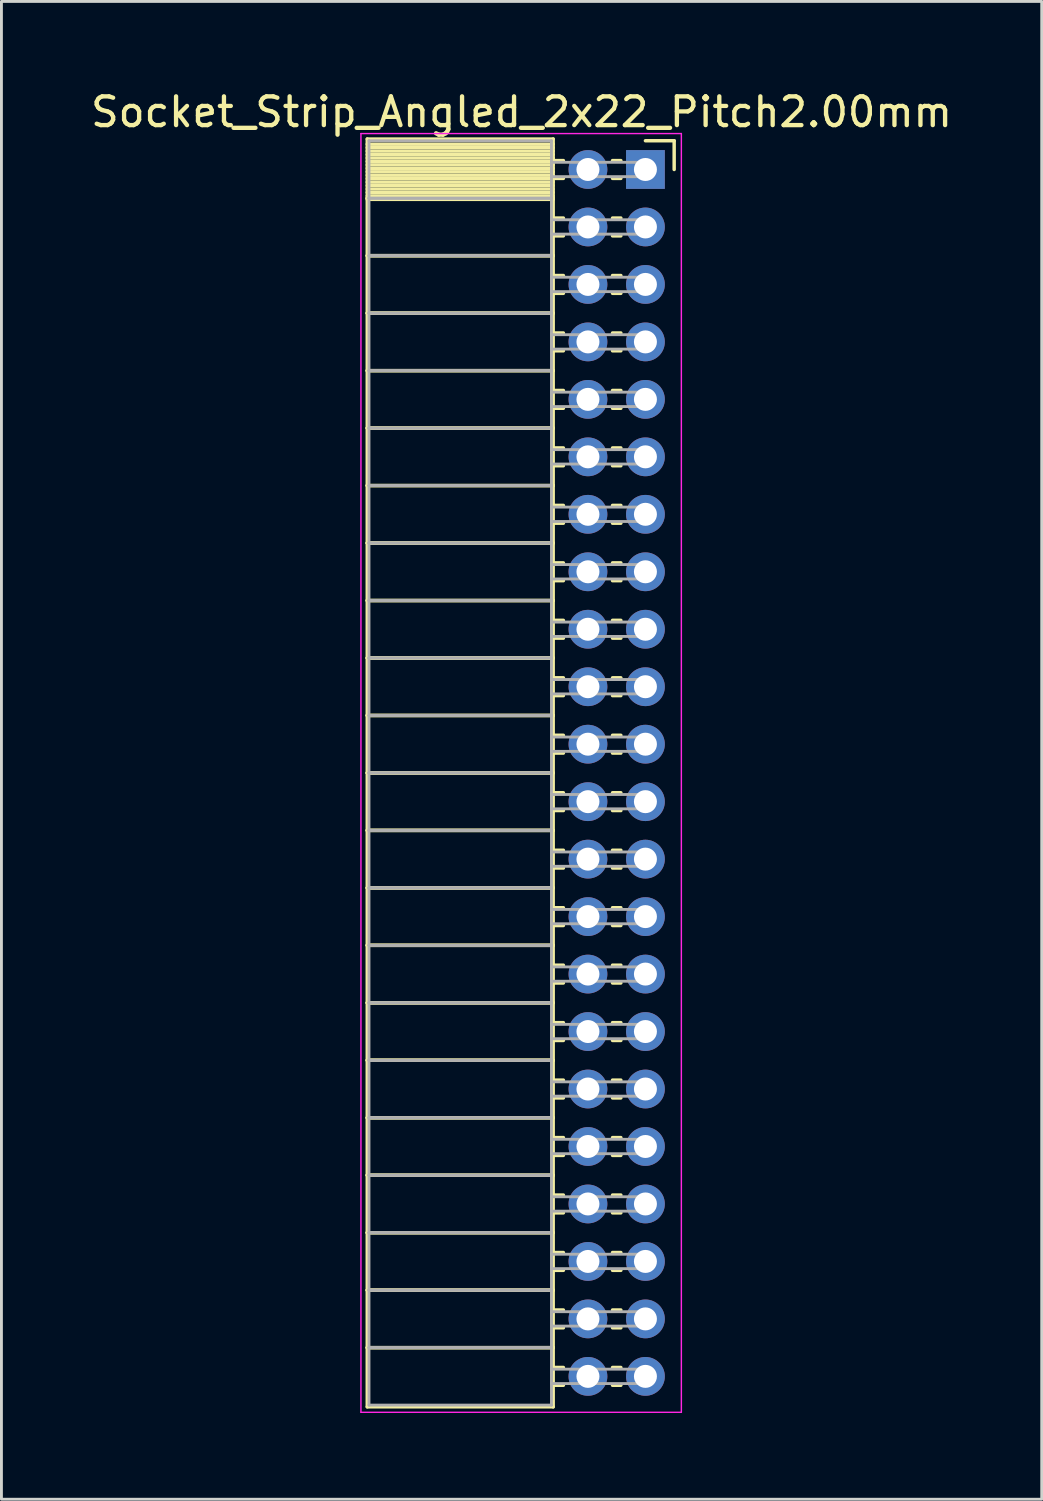
<source format=kicad_pcb>
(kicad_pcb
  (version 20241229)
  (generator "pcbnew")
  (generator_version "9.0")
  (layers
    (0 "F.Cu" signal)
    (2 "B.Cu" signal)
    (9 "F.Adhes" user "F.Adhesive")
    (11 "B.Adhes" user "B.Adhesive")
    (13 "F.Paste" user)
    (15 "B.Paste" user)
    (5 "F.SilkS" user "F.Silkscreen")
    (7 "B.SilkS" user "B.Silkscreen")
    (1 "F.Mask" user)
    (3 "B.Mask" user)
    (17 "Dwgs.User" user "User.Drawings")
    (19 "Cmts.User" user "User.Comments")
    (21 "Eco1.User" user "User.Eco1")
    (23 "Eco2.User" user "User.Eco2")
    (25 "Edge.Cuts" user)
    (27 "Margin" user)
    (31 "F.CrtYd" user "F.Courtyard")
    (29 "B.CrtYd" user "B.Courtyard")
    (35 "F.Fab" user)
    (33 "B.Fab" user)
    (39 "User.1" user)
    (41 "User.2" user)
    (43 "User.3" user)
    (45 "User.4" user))
  (footprint "Socket_Strip_Angled_2x22_Pitch2.00mm"
    (layer "F.Cu")
    (at 19.411 2.848)
    (property "Reference" "Socket_Strip_Angled_2x22_Pitch2.00mm" (at -4.31 -2 0) (layer "F.SilkS") (effects (font (size 1 1) (thickness 0.15))))
    (attr through_hole)
    (fp_line (start -9.68 -1.06) (end -3.21 -1.06) (stroke (width 0.12) (type solid)) (layer "F.SilkS"))
    (fp_line (start -9.68 1) (end -9.68 -1.06) (stroke (width 0.12) (type solid)) (layer "F.SilkS"))
    (fp_line (start -9.68 1) (end -3.21 1) (stroke (width 0.12) (type solid)) (layer "F.SilkS"))
    (fp_line (start -9.68 3) (end -9.68 1) (stroke (width 0.12) (type solid)) (layer "F.SilkS"))
    (fp_line (start -9.68 3) (end -3.21 3) (stroke (width 0.12) (type solid)) (layer "F.SilkS"))
    (fp_line (start -9.68 5) (end -9.68 3) (stroke (width 0.12) (type solid)) (layer "F.SilkS"))
    (fp_line (start -9.68 5) (end -3.21 5) (stroke (width 0.12) (type solid)) (layer "F.SilkS"))
    (fp_line (start -9.68 7) (end -9.68 5) (stroke (width 0.12) (type solid)) (layer "F.SilkS"))
    (fp_line (start -9.68 7) (end -3.21 7) (stroke (width 0.12) (type solid)) (layer "F.SilkS"))
    (fp_line (start -9.68 9) (end -9.68 7) (stroke (width 0.12) (type solid)) (layer "F.SilkS"))
    (fp_line (start -9.68 9) (end -3.21 9) (stroke (width 0.12) (type solid)) (layer "F.SilkS"))
    (fp_line (start -9.68 11) (end -9.68 9) (stroke (width 0.12) (type solid)) (layer "F.SilkS"))
    (fp_line (start -9.68 11) (end -3.21 11) (stroke (width 0.12) (type solid)) (layer "F.SilkS"))
    (fp_line (start -9.68 13) (end -9.68 11) (stroke (width 0.12) (type solid)) (layer "F.SilkS"))
    (fp_line (start -9.68 13) (end -3.21 13) (stroke (width 0.12) (type solid)) (layer "F.SilkS"))
    (fp_line (start -9.68 15) (end -9.68 13) (stroke (width 0.12) (type solid)) (layer "F.SilkS"))
    (fp_line (start -9.68 15) (end -3.21 15) (stroke (width 0.12) (type solid)) (layer "F.SilkS"))
    (fp_line (start -9.68 17) (end -9.68 15) (stroke (width 0.12) (type solid)) (layer "F.SilkS"))
    (fp_line (start -9.68 17) (end -3.21 17) (stroke (width 0.12) (type solid)) (layer "F.SilkS"))
    (fp_line (start -9.68 19) (end -9.68 17) (stroke (width 0.12) (type solid)) (layer "F.SilkS"))
    (fp_line (start -9.68 19) (end -3.21 19) (stroke (width 0.12) (type solid)) (layer "F.SilkS"))
    (fp_line (start -9.68 21) (end -9.68 19) (stroke (width 0.12) (type solid)) (layer "F.SilkS"))
    (fp_line (start -9.68 21) (end -3.21 21) (stroke (width 0.12) (type solid)) (layer "F.SilkS"))
    (fp_line (start -9.68 23) (end -9.68 21) (stroke (width 0.12) (type solid)) (layer "F.SilkS"))
    (fp_line (start -9.68 23) (end -3.21 23) (stroke (width 0.12) (type solid)) (layer "F.SilkS"))
    (fp_line (start -9.68 25) (end -9.68 23) (stroke (width 0.12) (type solid)) (layer "F.SilkS"))
    (fp_line (start -9.68 25) (end -3.21 25) (stroke (width 0.12) (type solid)) (layer "F.SilkS"))
    (fp_line (start -9.68 27) (end -9.68 25) (stroke (width 0.12) (type solid)) (layer "F.SilkS"))
    (fp_line (start -9.68 27) (end -3.21 27) (stroke (width 0.12) (type solid)) (layer "F.SilkS"))
    (fp_line (start -9.68 29) (end -9.68 27) (stroke (width 0.12) (type solid)) (layer "F.SilkS"))
    (fp_line (start -9.68 29) (end -3.21 29) (stroke (width 0.12) (type solid)) (layer "F.SilkS"))
    (fp_line (start -9.68 31) (end -9.68 29) (stroke (width 0.12) (type solid)) (layer "F.SilkS"))
    (fp_line (start -9.68 31) (end -3.21 31) (stroke (width 0.12) (type solid)) (layer "F.SilkS"))
    (fp_line (start -9.68 33) (end -9.68 31) (stroke (width 0.12) (type solid)) (layer "F.SilkS"))
    (fp_line (start -9.68 33) (end -3.21 33) (stroke (width 0.12) (type solid)) (layer "F.SilkS"))
    (fp_line (start -9.68 35) (end -9.68 33) (stroke (width 0.12) (type solid)) (layer "F.SilkS"))
    (fp_line (start -9.68 35) (end -3.21 35) (stroke (width 0.12) (type solid)) (layer "F.SilkS"))
    (fp_line (start -9.68 37) (end -9.68 35) (stroke (width 0.12) (type solid)) (layer "F.SilkS"))
    (fp_line (start -9.68 37) (end -3.21 37) (stroke (width 0.12) (type solid)) (layer "F.SilkS"))
    (fp_line (start -9.68 39) (end -9.68 37) (stroke (width 0.12) (type solid)) (layer "F.SilkS"))
    (fp_line (start -9.68 39) (end -3.21 39) (stroke (width 0.12) (type solid)) (layer "F.SilkS"))
    (fp_line (start -9.68 41) (end -9.68 39) (stroke (width 0.12) (type solid)) (layer "F.SilkS"))
    (fp_line (start -9.68 41) (end -3.21 41) (stroke (width 0.12) (type solid)) (layer "F.SilkS"))
    (fp_line (start -9.68 43.06) (end -9.68 41) (stroke (width 0.12) (type solid)) (layer "F.SilkS"))
    (fp_line (start -3.21 -1.06) (end -3.21 1) (stroke (width 0.12) (type solid)) (layer "F.SilkS"))
    (fp_line (start -3.21 -0.88) (end -9.68 -0.88) (stroke (width 0.12) (type solid)) (layer "F.SilkS"))
    (fp_line (start -3.21 -0.76) (end -9.68 -0.76) (stroke (width 0.12) (type solid)) (layer "F.SilkS"))
    (fp_line (start -3.21 -0.64) (end -9.68 -0.64) (stroke (width 0.12) (type solid)) (layer "F.SilkS"))
    (fp_line (start -3.21 -0.52) (end -9.68 -0.52) (stroke (width 0.12) (type solid)) (layer "F.SilkS"))
    (fp_line (start -3.21 -0.4) (end -9.68 -0.4) (stroke (width 0.12) (type solid)) (layer "F.SilkS"))
    (fp_line (start -3.21 -0.28) (end -9.68 -0.28) (stroke (width 0.12) (type solid)) (layer "F.SilkS"))
    (fp_line (start -3.21 -0.16) (end -9.68 -0.16) (stroke (width 0.12) (type solid)) (layer "F.SilkS"))
    (fp_line (start -3.21 -0.04) (end -9.68 -0.04) (stroke (width 0.12) (type solid)) (layer "F.SilkS"))
    (fp_line (start -3.21 0.08) (end -9.68 0.08) (stroke (width 0.12) (type solid)) (layer "F.SilkS"))
    (fp_line (start -3.21 0.2) (end -9.68 0.2) (stroke (width 0.12) (type solid)) (layer "F.SilkS"))
    (fp_line (start -3.21 0.32) (end -9.68 0.32) (stroke (width 0.12) (type solid)) (layer "F.SilkS"))
    (fp_line (start -3.21 0.44) (end -9.68 0.44) (stroke (width 0.12) (type solid)) (layer "F.SilkS"))
    (fp_line (start -3.21 0.56) (end -9.68 0.56) (stroke (width 0.12) (type solid)) (layer "F.SilkS"))
    (fp_line (start -3.21 0.68) (end -9.68 0.68) (stroke (width 0.12) (type solid)) (layer "F.SilkS"))
    (fp_line (start -3.21 0.8) (end -9.68 0.8) (stroke (width 0.12) (type solid)) (layer "F.SilkS"))
    (fp_line (start -3.21 0.92) (end -9.68 0.92) (stroke (width 0.12) (type solid)) (layer "F.SilkS"))
    (fp_line (start -3.21 1) (end -9.68 1) (stroke (width 0.12) (type solid)) (layer "F.SilkS"))
    (fp_line (start -3.21 1) (end -3.21 3) (stroke (width 0.12) (type solid)) (layer "F.SilkS"))
    (fp_line (start -3.21 1.04) (end -9.68 1.04) (stroke (width 0.12) (type solid)) (layer "F.SilkS"))
    (fp_line (start -3.21 3) (end -9.68 3) (stroke (width 0.12) (type solid)) (layer "F.SilkS"))
    (fp_line (start -3.21 3) (end -3.21 5) (stroke (width 0.12) (type solid)) (layer "F.SilkS"))
    (fp_line (start -3.21 5) (end -9.68 5) (stroke (width 0.12) (type solid)) (layer "F.SilkS"))
    (fp_line (start -3.21 5) (end -3.21 7) (stroke (width 0.12) (type solid)) (layer "F.SilkS"))
    (fp_line (start -3.21 7) (end -9.68 7) (stroke (width 0.12) (type solid)) (layer "F.SilkS"))
    (fp_line (start -3.21 7) (end -3.21 9) (stroke (width 0.12) (type solid)) (layer "F.SilkS"))
    (fp_line (start -3.21 9) (end -9.68 9) (stroke (width 0.12) (type solid)) (layer "F.SilkS"))
    (fp_line (start -3.21 9) (end -3.21 11) (stroke (width 0.12) (type solid)) (layer "F.SilkS"))
    (fp_line (start -3.21 11) (end -9.68 11) (stroke (width 0.12) (type solid)) (layer "F.SilkS"))
    (fp_line (start -3.21 11) (end -3.21 13) (stroke (width 0.12) (type solid)) (layer "F.SilkS"))
    (fp_line (start -3.21 13) (end -9.68 13) (stroke (width 0.12) (type solid)) (layer "F.SilkS"))
    (fp_line (start -3.21 13) (end -3.21 15) (stroke (width 0.12) (type solid)) (layer "F.SilkS"))
    (fp_line (start -3.21 15) (end -9.68 15) (stroke (width 0.12) (type solid)) (layer "F.SilkS"))
    (fp_line (start -3.21 15) (end -3.21 17) (stroke (width 0.12) (type solid)) (layer "F.SilkS"))
    (fp_line (start -3.21 17) (end -9.68 17) (stroke (width 0.12) (type solid)) (layer "F.SilkS"))
    (fp_line (start -3.21 17) (end -3.21 19) (stroke (width 0.12) (type solid)) (layer "F.SilkS"))
    (fp_line (start -3.21 19) (end -9.68 19) (stroke (width 0.12) (type solid)) (layer "F.SilkS"))
    (fp_line (start -3.21 19) (end -3.21 21) (stroke (width 0.12) (type solid)) (layer "F.SilkS"))
    (fp_line (start -3.21 21) (end -9.68 21) (stroke (width 0.12) (type solid)) (layer "F.SilkS"))
    (fp_line (start -3.21 21) (end -3.21 23) (stroke (width 0.12) (type solid)) (layer "F.SilkS"))
    (fp_line (start -3.21 23) (end -9.68 23) (stroke (width 0.12) (type solid)) (layer "F.SilkS"))
    (fp_line (start -3.21 23) (end -3.21 25) (stroke (width 0.12) (type solid)) (layer "F.SilkS"))
    (fp_line (start -3.21 25) (end -9.68 25) (stroke (width 0.12) (type solid)) (layer "F.SilkS"))
    (fp_line (start -3.21 25) (end -3.21 27) (stroke (width 0.12) (type solid)) (layer "F.SilkS"))
    (fp_line (start -3.21 27) (end -9.68 27) (stroke (width 0.12) (type solid)) (layer "F.SilkS"))
    (fp_line (start -3.21 27) (end -3.21 29) (stroke (width 0.12) (type solid)) (layer "F.SilkS"))
    (fp_line (start -3.21 29) (end -9.68 29) (stroke (width 0.12) (type solid)) (layer "F.SilkS"))
    (fp_line (start -3.21 29) (end -3.21 31) (stroke (width 0.12) (type solid)) (layer "F.SilkS"))
    (fp_line (start -3.21 31) (end -9.68 31) (stroke (width 0.12) (type solid)) (layer "F.SilkS"))
    (fp_line (start -3.21 31) (end -3.21 33) (stroke (width 0.12) (type solid)) (layer "F.SilkS"))
    (fp_line (start -3.21 33) (end -9.68 33) (stroke (width 0.12) (type solid)) (layer "F.SilkS"))
    (fp_line (start -3.21 33) (end -3.21 35) (stroke (width 0.12) (type solid)) (layer "F.SilkS"))
    (fp_line (start -3.21 35) (end -9.68 35) (stroke (width 0.12) (type solid)) (layer "F.SilkS"))
    (fp_line (start -3.21 35) (end -3.21 37) (stroke (width 0.12) (type solid)) (layer "F.SilkS"))
    (fp_line (start -3.21 37) (end -9.68 37) (stroke (width 0.12) (type solid)) (layer "F.SilkS"))
    (fp_line (start -3.21 37) (end -3.21 39) (stroke (width 0.12) (type solid)) (layer "F.SilkS"))
    (fp_line (start -3.21 39) (end -9.68 39) (stroke (width 0.12) (type solid)) (layer "F.SilkS"))
    (fp_line (start -3.21 39) (end -3.21 41) (stroke (width 0.12) (type solid)) (layer "F.SilkS"))
    (fp_line (start -3.21 41) (end -9.68 41) (stroke (width 0.12) (type solid)) (layer "F.SilkS"))
    (fp_line (start -3.21 41) (end -3.21 43.06) (stroke (width 0.12) (type solid)) (layer "F.SilkS"))
    (fp_line (start -3.21 43.06) (end -9.68 43.06) (stroke (width 0.12) (type solid)) (layer "F.SilkS"))
    (fp_line (start -2.855 -0.31) (end -3.21 -0.31) (stroke (width 0.12) (type solid)) (layer "F.SilkS"))
    (fp_line (start -2.855 0.31) (end -3.21 0.31) (stroke (width 0.12) (type solid)) (layer "F.SilkS"))
    (fp_line (start -2.855 1.69) (end -3.21 1.69) (stroke (width 0.12) (type solid)) (layer "F.SilkS"))
    (fp_line (start -2.855 2.31) (end -3.21 2.31) (stroke (width 0.12) (type solid)) (layer "F.SilkS"))
    (fp_line (start -2.855 3.69) (end -3.21 3.69) (stroke (width 0.12) (type solid)) (layer "F.SilkS"))
    (fp_line (start -2.855 4.31) (end -3.21 4.31) (stroke (width 0.12) (type solid)) (layer "F.SilkS"))
    (fp_line (start -2.855 5.69) (end -3.21 5.69) (stroke (width 0.12) (type solid)) (layer "F.SilkS"))
    (fp_line (start -2.855 6.31) (end -3.21 6.31) (stroke (width 0.12) (type solid)) (layer "F.SilkS"))
    (fp_line (start -2.855 7.69) (end -3.21 7.69) (stroke (width 0.12) (type solid)) (layer "F.SilkS"))
    (fp_line (start -2.855 8.31) (end -3.21 8.31) (stroke (width 0.12) (type solid)) (layer "F.SilkS"))
    (fp_line (start -2.855 9.69) (end -3.21 9.69) (stroke (width 0.12) (type solid)) (layer "F.SilkS"))
    (fp_line (start -2.855 10.31) (end -3.21 10.31) (stroke (width 0.12) (type solid)) (layer "F.SilkS"))
    (fp_line (start -2.855 11.69) (end -3.21 11.69) (stroke (width 0.12) (type solid)) (layer "F.SilkS"))
    (fp_line (start -2.855 12.31) (end -3.21 12.31) (stroke (width 0.12) (type solid)) (layer "F.SilkS"))
    (fp_line (start -2.855 13.69) (end -3.21 13.69) (stroke (width 0.12) (type solid)) (layer "F.SilkS"))
    (fp_line (start -2.855 14.31) (end -3.21 14.31) (stroke (width 0.12) (type solid)) (layer "F.SilkS"))
    (fp_line (start -2.855 15.69) (end -3.21 15.69) (stroke (width 0.12) (type solid)) (layer "F.SilkS"))
    (fp_line (start -2.855 16.31) (end -3.21 16.31) (stroke (width 0.12) (type solid)) (layer "F.SilkS"))
    (fp_line (start -2.855 17.69) (end -3.21 17.69) (stroke (width 0.12) (type solid)) (layer "F.SilkS"))
    (fp_line (start -2.855 18.31) (end -3.21 18.31) (stroke (width 0.12) (type solid)) (layer "F.SilkS"))
    (fp_line (start -2.855 19.69) (end -3.21 19.69) (stroke (width 0.12) (type solid)) (layer "F.SilkS"))
    (fp_line (start -2.855 20.31) (end -3.21 20.31) (stroke (width 0.12) (type solid)) (layer "F.SilkS"))
    (fp_line (start -2.855 21.69) (end -3.21 21.69) (stroke (width 0.12) (type solid)) (layer "F.SilkS"))
    (fp_line (start -2.855 22.31) (end -3.21 22.31) (stroke (width 0.12) (type solid)) (layer "F.SilkS"))
    (fp_line (start -2.855 23.69) (end -3.21 23.69) (stroke (width 0.12) (type solid)) (layer "F.SilkS"))
    (fp_line (start -2.855 24.31) (end -3.21 24.31) (stroke (width 0.12) (type solid)) (layer "F.SilkS"))
    (fp_line (start -2.855 25.69) (end -3.21 25.69) (stroke (width 0.12) (type solid)) (layer "F.SilkS"))
    (fp_line (start -2.855 26.31) (end -3.21 26.31) (stroke (width 0.12) (type solid)) (layer "F.SilkS"))
    (fp_line (start -2.855 27.69) (end -3.21 27.69) (stroke (width 0.12) (type solid)) (layer "F.SilkS"))
    (fp_line (start -2.855 28.31) (end -3.21 28.31) (stroke (width 0.12) (type solid)) (layer "F.SilkS"))
    (fp_line (start -2.855 29.69) (end -3.21 29.69) (stroke (width 0.12) (type solid)) (layer "F.SilkS"))
    (fp_line (start -2.855 30.31) (end -3.21 30.31) (stroke (width 0.12) (type solid)) (layer "F.SilkS"))
    (fp_line (start -2.855 31.69) (end -3.21 31.69) (stroke (width 0.12) (type solid)) (layer "F.SilkS"))
    (fp_line (start -2.855 32.31) (end -3.21 32.31) (stroke (width 0.12) (type solid)) (layer "F.SilkS"))
    (fp_line (start -2.855 33.69) (end -3.21 33.69) (stroke (width 0.12) (type solid)) (layer "F.SilkS"))
    (fp_line (start -2.855 34.31) (end -3.21 34.31) (stroke (width 0.12) (type solid)) (layer "F.SilkS"))
    (fp_line (start -2.855 35.69) (end -3.21 35.69) (stroke (width 0.12) (type solid)) (layer "F.SilkS"))
    (fp_line (start -2.855 36.31) (end -3.21 36.31) (stroke (width 0.12) (type solid)) (layer "F.SilkS"))
    (fp_line (start -2.855 37.69) (end -3.21 37.69) (stroke (width 0.12) (type solid)) (layer "F.SilkS"))
    (fp_line (start -2.855 38.31) (end -3.21 38.31) (stroke (width 0.12) (type solid)) (layer "F.SilkS"))
    (fp_line (start -2.855 39.69) (end -3.21 39.69) (stroke (width 0.12) (type solid)) (layer "F.SilkS"))
    (fp_line (start -2.855 40.31) (end -3.21 40.31) (stroke (width 0.12) (type solid)) (layer "F.SilkS"))
    (fp_line (start -2.855 41.69) (end -3.21 41.69) (stroke (width 0.12) (type solid)) (layer "F.SilkS"))
    (fp_line (start -2.855 42.31) (end -3.21 42.31) (stroke (width 0.12) (type solid)) (layer "F.SilkS"))
    (fp_line (start -0.855 -0.31) (end -1.145 -0.31) (stroke (width 0.12) (type solid)) (layer "F.SilkS"))
    (fp_line (start -0.855 0.31) (end -1.145 0.31) (stroke (width 0.12) (type solid)) (layer "F.SilkS"))
    (fp_line (start -0.855 1.69) (end -1.145 1.69) (stroke (width 0.12) (type solid)) (layer "F.SilkS"))
    (fp_line (start -0.855 2.31) (end -1.145 2.31) (stroke (width 0.12) (type solid)) (layer "F.SilkS"))
    (fp_line (start -0.855 3.69) (end -1.145 3.69) (stroke (width 0.12) (type solid)) (layer "F.SilkS"))
    (fp_line (start -0.855 4.31) (end -1.145 4.31) (stroke (width 0.12) (type solid)) (layer "F.SilkS"))
    (fp_line (start -0.855 5.69) (end -1.145 5.69) (stroke (width 0.12) (type solid)) (layer "F.SilkS"))
    (fp_line (start -0.855 6.31) (end -1.145 6.31) (stroke (width 0.12) (type solid)) (layer "F.SilkS"))
    (fp_line (start -0.855 7.69) (end -1.145 7.69) (stroke (width 0.12) (type solid)) (layer "F.SilkS"))
    (fp_line (start -0.855 8.31) (end -1.145 8.31) (stroke (width 0.12) (type solid)) (layer "F.SilkS"))
    (fp_line (start -0.855 9.69) (end -1.145 9.69) (stroke (width 0.12) (type solid)) (layer "F.SilkS"))
    (fp_line (start -0.855 10.31) (end -1.145 10.31) (stroke (width 0.12) (type solid)) (layer "F.SilkS"))
    (fp_line (start -0.855 11.69) (end -1.145 11.69) (stroke (width 0.12) (type solid)) (layer "F.SilkS"))
    (fp_line (start -0.855 12.31) (end -1.145 12.31) (stroke (width 0.12) (type solid)) (layer "F.SilkS"))
    (fp_line (start -0.855 13.69) (end -1.145 13.69) (stroke (width 0.12) (type solid)) (layer "F.SilkS"))
    (fp_line (start -0.855 14.31) (end -1.145 14.31) (stroke (width 0.12) (type solid)) (layer "F.SilkS"))
    (fp_line (start -0.855 15.69) (end -1.145 15.69) (stroke (width 0.12) (type solid)) (layer "F.SilkS"))
    (fp_line (start -0.855 16.31) (end -1.145 16.31) (stroke (width 0.12) (type solid)) (layer "F.SilkS"))
    (fp_line (start -0.855 17.69) (end -1.145 17.69) (stroke (width 0.12) (type solid)) (layer "F.SilkS"))
    (fp_line (start -0.855 18.31) (end -1.145 18.31) (stroke (width 0.12) (type solid)) (layer "F.SilkS"))
    (fp_line (start -0.855 19.69) (end -1.145 19.69) (stroke (width 0.12) (type solid)) (layer "F.SilkS"))
    (fp_line (start -0.855 20.31) (end -1.145 20.31) (stroke (width 0.12) (type solid)) (layer "F.SilkS"))
    (fp_line (start -0.855 21.69) (end -1.145 21.69) (stroke (width 0.12) (type solid)) (layer "F.SilkS"))
    (fp_line (start -0.855 22.31) (end -1.145 22.31) (stroke (width 0.12) (type solid)) (layer "F.SilkS"))
    (fp_line (start -0.855 23.69) (end -1.145 23.69) (stroke (width 0.12) (type solid)) (layer "F.SilkS"))
    (fp_line (start -0.855 24.31) (end -1.145 24.31) (stroke (width 0.12) (type solid)) (layer "F.SilkS"))
    (fp_line (start -0.855 25.69) (end -1.145 25.69) (stroke (width 0.12) (type solid)) (layer "F.SilkS"))
    (fp_line (start -0.855 26.31) (end -1.145 26.31) (stroke (width 0.12) (type solid)) (layer "F.SilkS"))
    (fp_line (start -0.855 27.69) (end -1.145 27.69) (stroke (width 0.12) (type solid)) (layer "F.SilkS"))
    (fp_line (start -0.855 28.31) (end -1.145 28.31) (stroke (width 0.12) (type solid)) (layer "F.SilkS"))
    (fp_line (start -0.855 29.69) (end -1.145 29.69) (stroke (width 0.12) (type solid)) (layer "F.SilkS"))
    (fp_line (start -0.855 30.31) (end -1.145 30.31) (stroke (width 0.12) (type solid)) (layer "F.SilkS"))
    (fp_line (start -0.855 31.69) (end -1.145 31.69) (stroke (width 0.12) (type solid)) (layer "F.SilkS"))
    (fp_line (start -0.855 32.31) (end -1.145 32.31) (stroke (width 0.12) (type solid)) (layer "F.SilkS"))
    (fp_line (start -0.855 33.69) (end -1.145 33.69) (stroke (width 0.12) (type solid)) (layer "F.SilkS"))
    (fp_line (start -0.855 34.31) (end -1.145 34.31) (stroke (width 0.12) (type solid)) (layer "F.SilkS"))
    (fp_line (start -0.855 35.69) (end -1.145 35.69) (stroke (width 0.12) (type solid)) (layer "F.SilkS"))
    (fp_line (start -0.855 36.31) (end -1.145 36.31) (stroke (width 0.12) (type solid)) (layer "F.SilkS"))
    (fp_line (start -0.855 37.69) (end -1.145 37.69) (stroke (width 0.12) (type solid)) (layer "F.SilkS"))
    (fp_line (start -0.855 38.31) (end -1.145 38.31) (stroke (width 0.12) (type solid)) (layer "F.SilkS"))
    (fp_line (start -0.855 39.69) (end -1.145 39.69) (stroke (width 0.12) (type solid)) (layer "F.SilkS"))
    (fp_line (start -0.855 40.31) (end -1.145 40.31) (stroke (width 0.12) (type solid)) (layer "F.SilkS"))
    (fp_line (start -0.855 41.69) (end -1.145 41.69) (stroke (width 0.12) (type solid)) (layer "F.SilkS"))
    (fp_line (start -0.855 42.31) (end -1.145 42.31) (stroke (width 0.12) (type solid)) (layer "F.SilkS"))
    (fp_line (start 0 -1) (end 1 -1) (stroke (width 0.12) (type solid)) (layer "F.SilkS"))
    (fp_line (start 1 -1) (end 1 0) (stroke (width 0.12) (type solid)) (layer "F.SilkS"))
    (fp_line (start -9.9 -1.25) (end 1.25 -1.25) (stroke (width 0.05) (type solid)) (layer "F.CrtYd"))
    (fp_line (start -9.9 43.25) (end -9.9 -1.25) (stroke (width 0.05) (type solid)) (layer "F.CrtYd"))
    (fp_line (start 1.25 -1.25) (end 1.25 43.25) (stroke (width 0.05) (type solid)) (layer "F.CrtYd"))
    (fp_line (start 1.25 43.25) (end -9.9 43.25) (stroke (width 0.05) (type solid)) (layer "F.CrtYd"))
    (fp_line (start -9.62 -1) (end -3.27 -1) (stroke (width 0.1) (type solid)) (layer "F.Fab"))
    (fp_line (start -9.62 1) (end -9.62 -1) (stroke (width 0.1) (type solid)) (layer "F.Fab"))
    (fp_line (start -9.62 1) (end -3.27 1) (stroke (width 0.1) (type solid)) (layer "F.Fab"))
    (fp_line (start -9.62 3) (end -9.62 1) (stroke (width 0.1) (type solid)) (layer "F.Fab"))
    (fp_line (start -9.62 3) (end -3.27 3) (stroke (width 0.1) (type solid)) (layer "F.Fab"))
    (fp_line (start -9.62 5) (end -9.62 3) (stroke (width 0.1) (type solid)) (layer "F.Fab"))
    (fp_line (start -9.62 5) (end -3.27 5) (stroke (width 0.1) (type solid)) (layer "F.Fab"))
    (fp_line (start -9.62 7) (end -9.62 5) (stroke (width 0.1) (type solid)) (layer "F.Fab"))
    (fp_line (start -9.62 7) (end -3.27 7) (stroke (width 0.1) (type solid)) (layer "F.Fab"))
    (fp_line (start -9.62 9) (end -9.62 7) (stroke (width 0.1) (type solid)) (layer "F.Fab"))
    (fp_line (start -9.62 9) (end -3.27 9) (stroke (width 0.1) (type solid)) (layer "F.Fab"))
    (fp_line (start -9.62 11) (end -9.62 9) (stroke (width 0.1) (type solid)) (layer "F.Fab"))
    (fp_line (start -9.62 11) (end -3.27 11) (stroke (width 0.1) (type solid)) (layer "F.Fab"))
    (fp_line (start -9.62 13) (end -9.62 11) (stroke (width 0.1) (type solid)) (layer "F.Fab"))
    (fp_line (start -9.62 13) (end -3.27 13) (stroke (width 0.1) (type solid)) (layer "F.Fab"))
    (fp_line (start -9.62 15) (end -9.62 13) (stroke (width 0.1) (type solid)) (layer "F.Fab"))
    (fp_line (start -9.62 15) (end -3.27 15) (stroke (width 0.1) (type solid)) (layer "F.Fab"))
    (fp_line (start -9.62 17) (end -9.62 15) (stroke (width 0.1) (type solid)) (layer "F.Fab"))
    (fp_line (start -9.62 17) (end -3.27 17) (stroke (width 0.1) (type solid)) (layer "F.Fab"))
    (fp_line (start -9.62 19) (end -9.62 17) (stroke (width 0.1) (type solid)) (layer "F.Fab"))
    (fp_line (start -9.62 19) (end -3.27 19) (stroke (width 0.1) (type solid)) (layer "F.Fab"))
    (fp_line (start -9.62 21) (end -9.62 19) (stroke (width 0.1) (type solid)) (layer "F.Fab"))
    (fp_line (start -9.62 21) (end -3.27 21) (stroke (width 0.1) (type solid)) (layer "F.Fab"))
    (fp_line (start -9.62 23) (end -9.62 21) (stroke (width 0.1) (type solid)) (layer "F.Fab"))
    (fp_line (start -9.62 23) (end -3.27 23) (stroke (width 0.1) (type solid)) (layer "F.Fab"))
    (fp_line (start -9.62 25) (end -9.62 23) (stroke (width 0.1) (type solid)) (layer "F.Fab"))
    (fp_line (start -9.62 25) (end -3.27 25) (stroke (width 0.1) (type solid)) (layer "F.Fab"))
    (fp_line (start -9.62 27) (end -9.62 25) (stroke (width 0.1) (type solid)) (layer "F.Fab"))
    (fp_line (start -9.62 27) (end -3.27 27) (stroke (width 0.1) (type solid)) (layer "F.Fab"))
    (fp_line (start -9.62 29) (end -9.62 27) (stroke (width 0.1) (type solid)) (layer "F.Fab"))
    (fp_line (start -9.62 29) (end -3.27 29) (stroke (width 0.1) (type solid)) (layer "F.Fab"))
    (fp_line (start -9.62 31) (end -9.62 29) (stroke (width 0.1) (type solid)) (layer "F.Fab"))
    (fp_line (start -9.62 31) (end -3.27 31) (stroke (width 0.1) (type solid)) (layer "F.Fab"))
    (fp_line (start -9.62 33) (end -9.62 31) (stroke (width 0.1) (type solid)) (layer "F.Fab"))
    (fp_line (start -9.62 33) (end -3.27 33) (stroke (width 0.1) (type solid)) (layer "F.Fab"))
    (fp_line (start -9.62 35) (end -9.62 33) (stroke (width 0.1) (type solid)) (layer "F.Fab"))
    (fp_line (start -9.62 35) (end -3.27 35) (stroke (width 0.1) (type solid)) (layer "F.Fab"))
    (fp_line (start -9.62 37) (end -9.62 35) (stroke (width 0.1) (type solid)) (layer "F.Fab"))
    (fp_line (start -9.62 37) (end -3.27 37) (stroke (width 0.1) (type solid)) (layer "F.Fab"))
    (fp_line (start -9.62 39) (end -9.62 37) (stroke (width 0.1) (type solid)) (layer "F.Fab"))
    (fp_line (start -9.62 39) (end -3.27 39) (stroke (width 0.1) (type solid)) (layer "F.Fab"))
    (fp_line (start -9.62 41) (end -9.62 39) (stroke (width 0.1) (type solid)) (layer "F.Fab"))
    (fp_line (start -9.62 41) (end -3.27 41) (stroke (width 0.1) (type solid)) (layer "F.Fab"))
    (fp_line (start -9.62 43) (end -9.62 41) (stroke (width 0.1) (type solid)) (layer "F.Fab"))
    (fp_line (start -3.27 -1) (end -3.27 1) (stroke (width 0.1) (type solid)) (layer "F.Fab"))
    (fp_line (start -3.27 -0.25) (end 0 -0.25) (stroke (width 0.1) (type solid)) (layer "F.Fab"))
    (fp_line (start -3.27 0.25) (end -3.27 -0.25) (stroke (width 0.1) (type solid)) (layer "F.Fab"))
    (fp_line (start -3.27 1) (end -9.62 1) (stroke (width 0.1) (type solid)) (layer "F.Fab"))
    (fp_line (start -3.27 1) (end -3.27 3) (stroke (width 0.1) (type solid)) (layer "F.Fab"))
    (fp_line (start -3.27 1.75) (end 0 1.75) (stroke (width 0.1) (type solid)) (layer "F.Fab"))
    (fp_line (start -3.27 2.25) (end -3.27 1.75) (stroke (width 0.1) (type solid)) (layer "F.Fab"))
    (fp_line (start -3.27 3) (end -9.62 3) (stroke (width 0.1) (type solid)) (layer "F.Fab"))
    (fp_line (start -3.27 3) (end -3.27 5) (stroke (width 0.1) (type solid)) (layer "F.Fab"))
    (fp_line (start -3.27 3.75) (end 0 3.75) (stroke (width 0.1) (type solid)) (layer "F.Fab"))
    (fp_line (start -3.27 4.25) (end -3.27 3.75) (stroke (width 0.1) (type solid)) (layer "F.Fab"))
    (fp_line (start -3.27 5) (end -9.62 5) (stroke (width 0.1) (type solid)) (layer "F.Fab"))
    (fp_line (start -3.27 5) (end -3.27 7) (stroke (width 0.1) (type solid)) (layer "F.Fab"))
    (fp_line (start -3.27 5.75) (end 0 5.75) (stroke (width 0.1) (type solid)) (layer "F.Fab"))
    (fp_line (start -3.27 6.25) (end -3.27 5.75) (stroke (width 0.1) (type solid)) (layer "F.Fab"))
    (fp_line (start -3.27 7) (end -9.62 7) (stroke (width 0.1) (type solid)) (layer "F.Fab"))
    (fp_line (start -3.27 7) (end -3.27 9) (stroke (width 0.1) (type solid)) (layer "F.Fab"))
    (fp_line (start -3.27 7.75) (end 0 7.75) (stroke (width 0.1) (type solid)) (layer "F.Fab"))
    (fp_line (start -3.27 8.25) (end -3.27 7.75) (stroke (width 0.1) (type solid)) (layer "F.Fab"))
    (fp_line (start -3.27 9) (end -9.62 9) (stroke (width 0.1) (type solid)) (layer "F.Fab"))
    (fp_line (start -3.27 9) (end -3.27 11) (stroke (width 0.1) (type solid)) (layer "F.Fab"))
    (fp_line (start -3.27 9.75) (end 0 9.75) (stroke (width 0.1) (type solid)) (layer "F.Fab"))
    (fp_line (start -3.27 10.25) (end -3.27 9.75) (stroke (width 0.1) (type solid)) (layer "F.Fab"))
    (fp_line (start -3.27 11) (end -9.62 11) (stroke (width 0.1) (type solid)) (layer "F.Fab"))
    (fp_line (start -3.27 11) (end -3.27 13) (stroke (width 0.1) (type solid)) (layer "F.Fab"))
    (fp_line (start -3.27 11.75) (end 0 11.75) (stroke (width 0.1) (type solid)) (layer "F.Fab"))
    (fp_line (start -3.27 12.25) (end -3.27 11.75) (stroke (width 0.1) (type solid)) (layer "F.Fab"))
    (fp_line (start -3.27 13) (end -9.62 13) (stroke (width 0.1) (type solid)) (layer "F.Fab"))
    (fp_line (start -3.27 13) (end -3.27 15) (stroke (width 0.1) (type solid)) (layer "F.Fab"))
    (fp_line (start -3.27 13.75) (end 0 13.75) (stroke (width 0.1) (type solid)) (layer "F.Fab"))
    (fp_line (start -3.27 14.25) (end -3.27 13.75) (stroke (width 0.1) (type solid)) (layer "F.Fab"))
    (fp_line (start -3.27 15) (end -9.62 15) (stroke (width 0.1) (type solid)) (layer "F.Fab"))
    (fp_line (start -3.27 15) (end -3.27 17) (stroke (width 0.1) (type solid)) (layer "F.Fab"))
    (fp_line (start -3.27 15.75) (end 0 15.75) (stroke (width 0.1) (type solid)) (layer "F.Fab"))
    (fp_line (start -3.27 16.25) (end -3.27 15.75) (stroke (width 0.1) (type solid)) (layer "F.Fab"))
    (fp_line (start -3.27 17) (end -9.62 17) (stroke (width 0.1) (type solid)) (layer "F.Fab"))
    (fp_line (start -3.27 17) (end -3.27 19) (stroke (width 0.1) (type solid)) (layer "F.Fab"))
    (fp_line (start -3.27 17.75) (end 0 17.75) (stroke (width 0.1) (type solid)) (layer "F.Fab"))
    (fp_line (start -3.27 18.25) (end -3.27 17.75) (stroke (width 0.1) (type solid)) (layer "F.Fab"))
    (fp_line (start -3.27 19) (end -9.62 19) (stroke (width 0.1) (type solid)) (layer "F.Fab"))
    (fp_line (start -3.27 19) (end -3.27 21) (stroke (width 0.1) (type solid)) (layer "F.Fab"))
    (fp_line (start -3.27 19.75) (end 0 19.75) (stroke (width 0.1) (type solid)) (layer "F.Fab"))
    (fp_line (start -3.27 20.25) (end -3.27 19.75) (stroke (width 0.1) (type solid)) (layer "F.Fab"))
    (fp_line (start -3.27 21) (end -9.62 21) (stroke (width 0.1) (type solid)) (layer "F.Fab"))
    (fp_line (start -3.27 21) (end -3.27 23) (stroke (width 0.1) (type solid)) (layer "F.Fab"))
    (fp_line (start -3.27 21.75) (end 0 21.75) (stroke (width 0.1) (type solid)) (layer "F.Fab"))
    (fp_line (start -3.27 22.25) (end -3.27 21.75) (stroke (width 0.1) (type solid)) (layer "F.Fab"))
    (fp_line (start -3.27 23) (end -9.62 23) (stroke (width 0.1) (type solid)) (layer "F.Fab"))
    (fp_line (start -3.27 23) (end -3.27 25) (stroke (width 0.1) (type solid)) (layer "F.Fab"))
    (fp_line (start -3.27 23.75) (end 0 23.75) (stroke (width 0.1) (type solid)) (layer "F.Fab"))
    (fp_line (start -3.27 24.25) (end -3.27 23.75) (stroke (width 0.1) (type solid)) (layer "F.Fab"))
    (fp_line (start -3.27 25) (end -9.62 25) (stroke (width 0.1) (type solid)) (layer "F.Fab"))
    (fp_line (start -3.27 25) (end -3.27 27) (stroke (width 0.1) (type solid)) (layer "F.Fab"))
    (fp_line (start -3.27 25.75) (end 0 25.75) (stroke (width 0.1) (type solid)) (layer "F.Fab"))
    (fp_line (start -3.27 26.25) (end -3.27 25.75) (stroke (width 0.1) (type solid)) (layer "F.Fab"))
    (fp_line (start -3.27 27) (end -9.62 27) (stroke (width 0.1) (type solid)) (layer "F.Fab"))
    (fp_line (start -3.27 27) (end -3.27 29) (stroke (width 0.1) (type solid)) (layer "F.Fab"))
    (fp_line (start -3.27 27.75) (end 0 27.75) (stroke (width 0.1) (type solid)) (layer "F.Fab"))
    (fp_line (start -3.27 28.25) (end -3.27 27.75) (stroke (width 0.1) (type solid)) (layer "F.Fab"))
    (fp_line (start -3.27 29) (end -9.62 29) (stroke (width 0.1) (type solid)) (layer "F.Fab"))
    (fp_line (start -3.27 29) (end -3.27 31) (stroke (width 0.1) (type solid)) (layer "F.Fab"))
    (fp_line (start -3.27 29.75) (end 0 29.75) (stroke (width 0.1) (type solid)) (layer "F.Fab"))
    (fp_line (start -3.27 30.25) (end -3.27 29.75) (stroke (width 0.1) (type solid)) (layer "F.Fab"))
    (fp_line (start -3.27 31) (end -9.62 31) (stroke (width 0.1) (type solid)) (layer "F.Fab"))
    (fp_line (start -3.27 31) (end -3.27 33) (stroke (width 0.1) (type solid)) (layer "F.Fab"))
    (fp_line (start -3.27 31.75) (end 0 31.75) (stroke (width 0.1) (type solid)) (layer "F.Fab"))
    (fp_line (start -3.27 32.25) (end -3.27 31.75) (stroke (width 0.1) (type solid)) (layer "F.Fab"))
    (fp_line (start -3.27 33) (end -9.62 33) (stroke (width 0.1) (type solid)) (layer "F.Fab"))
    (fp_line (start -3.27 33) (end -3.27 35) (stroke (width 0.1) (type solid)) (layer "F.Fab"))
    (fp_line (start -3.27 33.75) (end 0 33.75) (stroke (width 0.1) (type solid)) (layer "F.Fab"))
    (fp_line (start -3.27 34.25) (end -3.27 33.75) (stroke (width 0.1) (type solid)) (layer "F.Fab"))
    (fp_line (start -3.27 35) (end -9.62 35) (stroke (width 0.1) (type solid)) (layer "F.Fab"))
    (fp_line (start -3.27 35) (end -3.27 37) (stroke (width 0.1) (type solid)) (layer "F.Fab"))
    (fp_line (start -3.27 35.75) (end 0 35.75) (stroke (width 0.1) (type solid)) (layer "F.Fab"))
    (fp_line (start -3.27 36.25) (end -3.27 35.75) (stroke (width 0.1) (type solid)) (layer "F.Fab"))
    (fp_line (start -3.27 37) (end -9.62 37) (stroke (width 0.1) (type solid)) (layer "F.Fab"))
    (fp_line (start -3.27 37) (end -3.27 39) (stroke (width 0.1) (type solid)) (layer "F.Fab"))
    (fp_line (start -3.27 37.75) (end 0 37.75) (stroke (width 0.1) (type solid)) (layer "F.Fab"))
    (fp_line (start -3.27 38.25) (end -3.27 37.75) (stroke (width 0.1) (type solid)) (layer "F.Fab"))
    (fp_line (start -3.27 39) (end -9.62 39) (stroke (width 0.1) (type solid)) (layer "F.Fab"))
    (fp_line (start -3.27 39) (end -3.27 41) (stroke (width 0.1) (type solid)) (layer "F.Fab"))
    (fp_line (start -3.27 39.75) (end 0 39.75) (stroke (width 0.1) (type solid)) (layer "F.Fab"))
    (fp_line (start -3.27 40.25) (end -3.27 39.75) (stroke (width 0.1) (type solid)) (layer "F.Fab"))
    (fp_line (start -3.27 41) (end -9.62 41) (stroke (width 0.1) (type solid)) (layer "F.Fab"))
    (fp_line (start -3.27 41) (end -3.27 43) (stroke (width 0.1) (type solid)) (layer "F.Fab"))
    (fp_line (start -3.27 41.75) (end 0 41.75) (stroke (width 0.1) (type solid)) (layer "F.Fab"))
    (fp_line (start -3.27 42.25) (end -3.27 41.75) (stroke (width 0.1) (type solid)) (layer "F.Fab"))
    (fp_line (start -3.27 43) (end -9.62 43) (stroke (width 0.1) (type solid)) (layer "F.Fab"))
    (fp_line (start 0 -0.25) (end 0 0.25) (stroke (width 0.1) (type solid)) (layer "F.Fab"))
    (fp_line (start 0 0.25) (end -3.27 0.25) (stroke (width 0.1) (type solid)) (layer "F.Fab"))
    (fp_line (start 0 1.75) (end 0 2.25) (stroke (width 0.1) (type solid)) (layer "F.Fab"))
    (fp_line (start 0 2.25) (end -3.27 2.25) (stroke (width 0.1) (type solid)) (layer "F.Fab"))
    (fp_line (start 0 3.75) (end 0 4.25) (stroke (width 0.1) (type solid)) (layer "F.Fab"))
    (fp_line (start 0 4.25) (end -3.27 4.25) (stroke (width 0.1) (type solid)) (layer "F.Fab"))
    (fp_line (start 0 5.75) (end 0 6.25) (stroke (width 0.1) (type solid)) (layer "F.Fab"))
    (fp_line (start 0 6.25) (end -3.27 6.25) (stroke (width 0.1) (type solid)) (layer "F.Fab"))
    (fp_line (start 0 7.75) (end 0 8.25) (stroke (width 0.1) (type solid)) (layer "F.Fab"))
    (fp_line (start 0 8.25) (end -3.27 8.25) (stroke (width 0.1) (type solid)) (layer "F.Fab"))
    (fp_line (start 0 9.75) (end 0 10.25) (stroke (width 0.1) (type solid)) (layer "F.Fab"))
    (fp_line (start 0 10.25) (end -3.27 10.25) (stroke (width 0.1) (type solid)) (layer "F.Fab"))
    (fp_line (start 0 11.75) (end 0 12.25) (stroke (width 0.1) (type solid)) (layer "F.Fab"))
    (fp_line (start 0 12.25) (end -3.27 12.25) (stroke (width 0.1) (type solid)) (layer "F.Fab"))
    (fp_line (start 0 13.75) (end 0 14.25) (stroke (width 0.1) (type solid)) (layer "F.Fab"))
    (fp_line (start 0 14.25) (end -3.27 14.25) (stroke (width 0.1) (type solid)) (layer "F.Fab"))
    (fp_line (start 0 15.75) (end 0 16.25) (stroke (width 0.1) (type solid)) (layer "F.Fab"))
    (fp_line (start 0 16.25) (end -3.27 16.25) (stroke (width 0.1) (type solid)) (layer "F.Fab"))
    (fp_line (start 0 17.75) (end 0 18.25) (stroke (width 0.1) (type solid)) (layer "F.Fab"))
    (fp_line (start 0 18.25) (end -3.27 18.25) (stroke (width 0.1) (type solid)) (layer "F.Fab"))
    (fp_line (start 0 19.75) (end 0 20.25) (stroke (width 0.1) (type solid)) (layer "F.Fab"))
    (fp_line (start 0 20.25) (end -3.27 20.25) (stroke (width 0.1) (type solid)) (layer "F.Fab"))
    (fp_line (start 0 21.75) (end 0 22.25) (stroke (width 0.1) (type solid)) (layer "F.Fab"))
    (fp_line (start 0 22.25) (end -3.27 22.25) (stroke (width 0.1) (type solid)) (layer "F.Fab"))
    (fp_line (start 0 23.75) (end 0 24.25) (stroke (width 0.1) (type solid)) (layer "F.Fab"))
    (fp_line (start 0 24.25) (end -3.27 24.25) (stroke (width 0.1) (type solid)) (layer "F.Fab"))
    (fp_line (start 0 25.75) (end 0 26.25) (stroke (width 0.1) (type solid)) (layer "F.Fab"))
    (fp_line (start 0 26.25) (end -3.27 26.25) (stroke (width 0.1) (type solid)) (layer "F.Fab"))
    (fp_line (start 0 27.75) (end 0 28.25) (stroke (width 0.1) (type solid)) (layer "F.Fab"))
    (fp_line (start 0 28.25) (end -3.27 28.25) (stroke (width 0.1) (type solid)) (layer "F.Fab"))
    (fp_line (start 0 29.75) (end 0 30.25) (stroke (width 0.1) (type solid)) (layer "F.Fab"))
    (fp_line (start 0 30.25) (end -3.27 30.25) (stroke (width 0.1) (type solid)) (layer "F.Fab"))
    (fp_line (start 0 31.75) (end 0 32.25) (stroke (width 0.1) (type solid)) (layer "F.Fab"))
    (fp_line (start 0 32.25) (end -3.27 32.25) (stroke (width 0.1) (type solid)) (layer "F.Fab"))
    (fp_line (start 0 33.75) (end 0 34.25) (stroke (width 0.1) (type solid)) (layer "F.Fab"))
    (fp_line (start 0 34.25) (end -3.27 34.25) (stroke (width 0.1) (type solid)) (layer "F.Fab"))
    (fp_line (start 0 35.75) (end 0 36.25) (stroke (width 0.1) (type solid)) (layer "F.Fab"))
    (fp_line (start 0 36.25) (end -3.27 36.25) (stroke (width 0.1) (type solid)) (layer "F.Fab"))
    (fp_line (start 0 37.75) (end 0 38.25) (stroke (width 0.1) (type solid)) (layer "F.Fab"))
    (fp_line (start 0 38.25) (end -3.27 38.25) (stroke (width 0.1) (type solid)) (layer "F.Fab"))
    (fp_line (start 0 39.75) (end 0 40.25) (stroke (width 0.1) (type solid)) (layer "F.Fab"))
    (fp_line (start 0 40.25) (end -3.27 40.25) (stroke (width 0.1) (type solid)) (layer "F.Fab"))
    (fp_line (start 0 41.75) (end 0 42.25) (stroke (width 0.1) (type solid)) (layer "F.Fab"))
    (fp_line (start 0 42.25) (end -3.27 42.25) (stroke (width 0.1) (type solid)) (layer "F.Fab"))
    (pad "1" thru_hole rect (at 0 0) (size 1.35 1.35) (drill 0.8) (layers "*.Cu" "*.Mask"))
    (pad "2" thru_hole oval (at -2 0) (size 1.35 1.35) (drill 0.8) (layers "*.Cu" "*.Mask"))
    (pad "3" thru_hole oval (at 0 2) (size 1.35 1.35) (drill 0.8) (layers "*.Cu" "*.Mask"))
    (pad "4" thru_hole oval (at -2 2) (size 1.35 1.35) (drill 0.8) (layers "*.Cu" "*.Mask"))
    (pad "5" thru_hole oval (at 0 4) (size 1.35 1.35) (drill 0.8) (layers "*.Cu" "*.Mask"))
    (pad "6" thru_hole oval (at -2 4) (size 1.35 1.35) (drill 0.8) (layers "*.Cu" "*.Mask"))
    (pad "7" thru_hole oval (at 0 6) (size 1.35 1.35) (drill 0.8) (layers "*.Cu" "*.Mask"))
    (pad "8" thru_hole oval (at -2 6) (size 1.35 1.35) (drill 0.8) (layers "*.Cu" "*.Mask"))
    (pad "9" thru_hole oval (at 0 8) (size 1.35 1.35) (drill 0.8) (layers "*.Cu" "*.Mask"))
    (pad "10" thru_hole oval (at -2 8) (size 1.35 1.35) (drill 0.8) (layers "*.Cu" "*.Mask"))
    (pad "11" thru_hole oval (at 0 10) (size 1.35 1.35) (drill 0.8) (layers "*.Cu" "*.Mask"))
    (pad "12" thru_hole oval (at -2 10) (size 1.35 1.35) (drill 0.8) (layers "*.Cu" "*.Mask"))
    (pad "13" thru_hole oval (at 0 12) (size 1.35 1.35) (drill 0.8) (layers "*.Cu" "*.Mask"))
    (pad "14" thru_hole oval (at -2 12) (size 1.35 1.35) (drill 0.8) (layers "*.Cu" "*.Mask"))
    (pad "15" thru_hole oval (at 0 14) (size 1.35 1.35) (drill 0.8) (layers "*.Cu" "*.Mask"))
    (pad "16" thru_hole oval (at -2 14) (size 1.35 1.35) (drill 0.8) (layers "*.Cu" "*.Mask"))
    (pad "17" thru_hole oval (at 0 16) (size 1.35 1.35) (drill 0.8) (layers "*.Cu" "*.Mask"))
    (pad "18" thru_hole oval (at -2 16) (size 1.35 1.35) (drill 0.8) (layers "*.Cu" "*.Mask"))
    (pad "19" thru_hole oval (at 0 18) (size 1.35 1.35) (drill 0.8) (layers "*.Cu" "*.Mask"))
    (pad "20" thru_hole oval (at -2 18) (size 1.35 1.35) (drill 0.8) (layers "*.Cu" "*.Mask"))
    (pad "21" thru_hole oval (at 0 20) (size 1.35 1.35) (drill 0.8) (layers "*.Cu" "*.Mask"))
    (pad "22" thru_hole oval (at -2 20) (size 1.35 1.35) (drill 0.8) (layers "*.Cu" "*.Mask"))
    (pad "23" thru_hole oval (at 0 22) (size 1.35 1.35) (drill 0.8) (layers "*.Cu" "*.Mask"))
    (pad "24" thru_hole oval (at -2 22) (size 1.35 1.35) (drill 0.8) (layers "*.Cu" "*.Mask"))
    (pad "25" thru_hole oval (at 0 24) (size 1.35 1.35) (drill 0.8) (layers "*.Cu" "*.Mask"))
    (pad "26" thru_hole oval (at -2 24) (size 1.35 1.35) (drill 0.8) (layers "*.Cu" "*.Mask"))
    (pad "27" thru_hole oval (at 0 26) (size 1.35 1.35) (drill 0.8) (layers "*.Cu" "*.Mask"))
    (pad "28" thru_hole oval (at -2 26) (size 1.35 1.35) (drill 0.8) (layers "*.Cu" "*.Mask"))
    (pad "29" thru_hole oval (at 0 28) (size 1.35 1.35) (drill 0.8) (layers "*.Cu" "*.Mask"))
    (pad "30" thru_hole oval (at -2 28) (size 1.35 1.35) (drill 0.8) (layers "*.Cu" "*.Mask"))
    (pad "31" thru_hole oval (at 0 30) (size 1.35 1.35) (drill 0.8) (layers "*.Cu" "*.Mask"))
    (pad "32" thru_hole oval (at -2 30) (size 1.35 1.35) (drill 0.8) (layers "*.Cu" "*.Mask"))
    (pad "33" thru_hole oval (at 0 32) (size 1.35 1.35) (drill 0.8) (layers "*.Cu" "*.Mask"))
    (pad "34" thru_hole oval (at -2 32) (size 1.35 1.35) (drill 0.8) (layers "*.Cu" "*.Mask"))
    (pad "35" thru_hole oval (at 0 34) (size 1.35 1.35) (drill 0.8) (layers "*.Cu" "*.Mask"))
    (pad "36" thru_hole oval (at -2 34) (size 1.35 1.35) (drill 0.8) (layers "*.Cu" "*.Mask"))
    (pad "37" thru_hole oval (at 0 36) (size 1.35 1.35) (drill 0.8) (layers "*.Cu" "*.Mask"))
    (pad "38" thru_hole oval (at -2 36) (size 1.35 1.35) (drill 0.8) (layers "*.Cu" "*.Mask"))
    (pad "39" thru_hole oval (at 0 38) (size 1.35 1.35) (drill 0.8) (layers "*.Cu" "*.Mask"))
    (pad "40" thru_hole oval (at -2 38) (size 1.35 1.35) (drill 0.8) (layers "*.Cu" "*.Mask"))
    (pad "41" thru_hole oval (at 0 40) (size 1.35 1.35) (drill 0.8) (layers "*.Cu" "*.Mask"))
    (pad "42" thru_hole oval (at -2 40) (size 1.35 1.35) (drill 0.8) (layers "*.Cu" "*.Mask"))
    (pad "43" thru_hole oval (at 0 42) (size 1.35 1.35) (drill 0.8) (layers "*.Cu" "*.Mask"))
    (pad "44" thru_hole oval (at -2 42) (size 1.35 1.35) (drill 0.8) (layers "*.Cu" "*.Mask")))
  (gr_rect
    (start -3 -3)
    (end 33.202 49.123)
    (stroke (width 0.1) (type default))
    (fill no)
    (layer "Edge.Cuts")))
</source>
